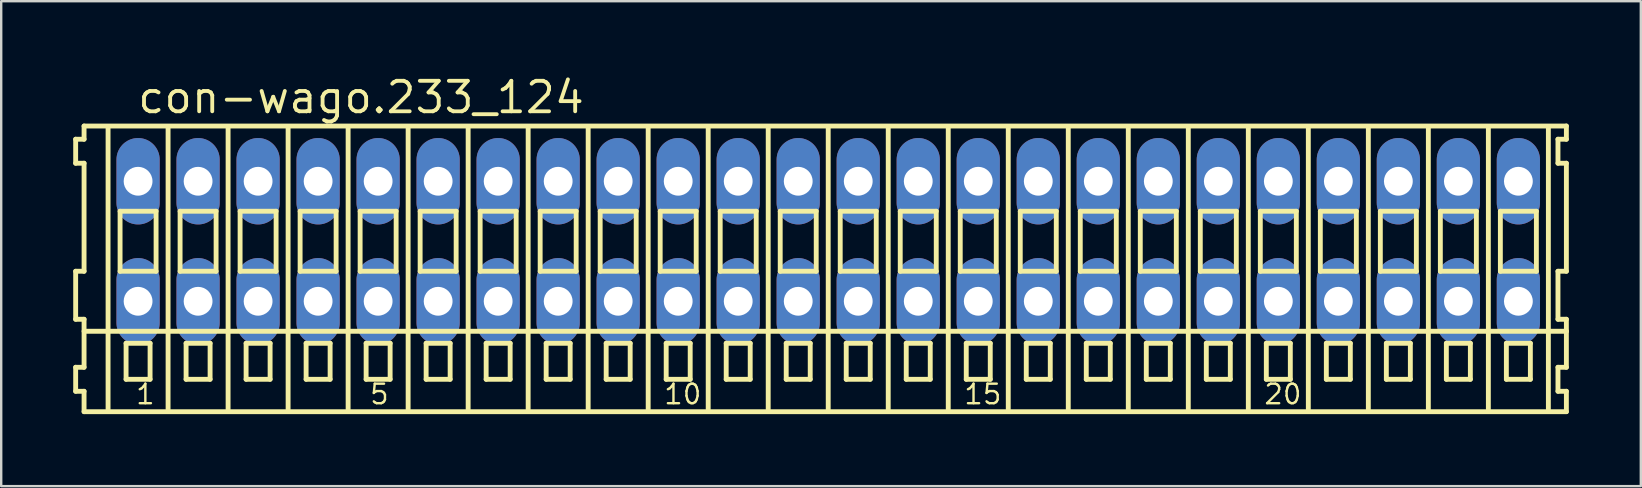
<source format=kicad_pcb>
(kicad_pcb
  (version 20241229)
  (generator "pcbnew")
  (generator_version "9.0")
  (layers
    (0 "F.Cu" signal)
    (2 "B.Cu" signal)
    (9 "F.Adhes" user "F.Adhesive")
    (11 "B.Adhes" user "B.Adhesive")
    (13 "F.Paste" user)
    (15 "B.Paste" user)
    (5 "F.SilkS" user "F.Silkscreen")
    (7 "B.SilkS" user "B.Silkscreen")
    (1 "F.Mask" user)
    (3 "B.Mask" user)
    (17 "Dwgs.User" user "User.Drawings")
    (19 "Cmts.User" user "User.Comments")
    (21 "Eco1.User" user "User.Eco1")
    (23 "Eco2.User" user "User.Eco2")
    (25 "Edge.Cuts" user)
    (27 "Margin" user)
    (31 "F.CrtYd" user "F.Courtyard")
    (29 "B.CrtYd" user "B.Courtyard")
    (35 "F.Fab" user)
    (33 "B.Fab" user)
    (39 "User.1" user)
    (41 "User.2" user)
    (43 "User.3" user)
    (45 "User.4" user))
  (footprint "con-wago.233_124"
    (layer "F.Cu")
    (at 31.452 7)
    (property "Reference" "con-wago.233_124" (at -28.85 -5.25 0) (layer "F.SilkS") (effects (font (size 1.27 1.27) (thickness 0.16)) (justify left bottom)))
    (attr through_hole)
    (fp_line (start -31.35 -4.25) (end -31.35 -3.25) (stroke (width 0.203) (type default)) (layer "F.SilkS"))
    (fp_line (start -31.35 -3.25) (end -31 -3.25) (stroke (width 0.203) (type default)) (layer "F.SilkS"))
    (fp_line (start -31.35 1.25) (end -31.35 3.25) (stroke (width 0.203) (type default)) (layer "F.SilkS"))
    (fp_line (start -31.35 3.25) (end -31 3.25) (stroke (width 0.203) (type default)) (layer "F.SilkS"))
    (fp_line (start -31.35 5.25) (end -31.35 6.25) (stroke (width 0.203) (type default)) (layer "F.SilkS"))
    (fp_line (start -31.35 6.25) (end -31 6.25) (stroke (width 0.203) (type default)) (layer "F.SilkS"))
    (fp_line (start -31 -4.8) (end -31 -4.25) (stroke (width 0.203) (type default)) (layer "F.SilkS"))
    (fp_line (start -31 -4.25) (end -31.35 -4.25) (stroke (width 0.203) (type default)) (layer "F.SilkS"))
    (fp_line (start -31 -3.25) (end -31 1.25) (stroke (width 0.203) (type default)) (layer "F.SilkS"))
    (fp_line (start -31 1.25) (end -31.35 1.25) (stroke (width 0.203) (type default)) (layer "F.SilkS"))
    (fp_line (start -31 3.25) (end -31 5.25) (stroke (width 0.203) (type default)) (layer "F.SilkS"))
    (fp_line (start -31 3.75) (end 30.75 3.75) (stroke (width 0.203) (type default)) (layer "F.SilkS"))
    (fp_line (start -31 5.25) (end -31.35 5.25) (stroke (width 0.203) (type default)) (layer "F.SilkS"))
    (fp_line (start -31 6.25) (end -31 7.1) (stroke (width 0.203) (type default)) (layer "F.SilkS"))
    (fp_line (start -31 7.1) (end 30.75 7.1) (stroke (width 0.203) (type default)) (layer "F.SilkS"))
    (fp_line (start -30 -4.75) (end -30 7) (stroke (width 0.203) (type default)) (layer "F.SilkS"))
    (fp_line (start -29.5 -1.25) (end -29.5 1.25) (stroke (width 0.203) (type default)) (layer "F.SilkS"))
    (fp_line (start -29.5 1.25) (end -28 1.25) (stroke (width 0.203) (type default)) (layer "F.SilkS"))
    (fp_line (start -29.25 4.25) (end -29.25 5.75) (stroke (width 0.203) (type default)) (layer "F.SilkS"))
    (fp_line (start -29.25 5.75) (end -28.25 5.75) (stroke (width 0.203) (type default)) (layer "F.SilkS"))
    (fp_line (start -28.25 4.25) (end -29.25 4.25) (stroke (width 0.203) (type default)) (layer "F.SilkS"))
    (fp_line (start -28.25 5.75) (end -28.25 4.25) (stroke (width 0.203) (type default)) (layer "F.SilkS"))
    (fp_line (start -28 -1.25) (end -29.5 -1.25) (stroke (width 0.203) (type default)) (layer "F.SilkS"))
    (fp_line (start -28 1.25) (end -28 -1.25) (stroke (width 0.203) (type default)) (layer "F.SilkS"))
    (fp_line (start -27.5 -4.75) (end -27.5 7) (stroke (width 0.203) (type default)) (layer "F.SilkS"))
    (fp_line (start -27 -1.25) (end -27 1.25) (stroke (width 0.203) (type default)) (layer "F.SilkS"))
    (fp_line (start -27 1.25) (end -25.5 1.25) (stroke (width 0.203) (type default)) (layer "F.SilkS"))
    (fp_line (start -26.75 4.25) (end -26.75 5.75) (stroke (width 0.203) (type default)) (layer "F.SilkS"))
    (fp_line (start -26.75 5.75) (end -25.75 5.75) (stroke (width 0.203) (type default)) (layer "F.SilkS"))
    (fp_line (start -25.75 4.25) (end -26.75 4.25) (stroke (width 0.203) (type default)) (layer "F.SilkS"))
    (fp_line (start -25.75 5.75) (end -25.75 4.25) (stroke (width 0.203) (type default)) (layer "F.SilkS"))
    (fp_line (start -25.5 -1.25) (end -27 -1.25) (stroke (width 0.203) (type default)) (layer "F.SilkS"))
    (fp_line (start -25.5 1.25) (end -25.5 -1.25) (stroke (width 0.203) (type default)) (layer "F.SilkS"))
    (fp_line (start -25 -4.75) (end -25 7) (stroke (width 0.203) (type default)) (layer "F.SilkS"))
    (fp_line (start -24.5 -1.25) (end -24.5 1.25) (stroke (width 0.203) (type default)) (layer "F.SilkS"))
    (fp_line (start -24.5 1.25) (end -23 1.25) (stroke (width 0.203) (type default)) (layer "F.SilkS"))
    (fp_line (start -24.25 4.25) (end -24.25 5.75) (stroke (width 0.203) (type default)) (layer "F.SilkS"))
    (fp_line (start -24.25 5.75) (end -23.25 5.75) (stroke (width 0.203) (type default)) (layer "F.SilkS"))
    (fp_line (start -23.25 4.25) (end -24.25 4.25) (stroke (width 0.203) (type default)) (layer "F.SilkS"))
    (fp_line (start -23.25 5.75) (end -23.25 4.25) (stroke (width 0.203) (type default)) (layer "F.SilkS"))
    (fp_line (start -23 -1.25) (end -24.5 -1.25) (stroke (width 0.203) (type default)) (layer "F.SilkS"))
    (fp_line (start -23 1.25) (end -23 -1.25) (stroke (width 0.203) (type default)) (layer "F.SilkS"))
    (fp_line (start -22.5 -4.75) (end -22.5 7) (stroke (width 0.203) (type default)) (layer "F.SilkS"))
    (fp_line (start -22 -1.25) (end -22 1.25) (stroke (width 0.203) (type default)) (layer "F.SilkS"))
    (fp_line (start -22 1.25) (end -20.5 1.25) (stroke (width 0.203) (type default)) (layer "F.SilkS"))
    (fp_line (start -21.75 4.25) (end -21.75 5.75) (stroke (width 0.203) (type default)) (layer "F.SilkS"))
    (fp_line (start -21.75 5.75) (end -20.75 5.75) (stroke (width 0.203) (type default)) (layer "F.SilkS"))
    (fp_line (start -20.75 4.25) (end -21.75 4.25) (stroke (width 0.203) (type default)) (layer "F.SilkS"))
    (fp_line (start -20.75 5.75) (end -20.75 4.25) (stroke (width 0.203) (type default)) (layer "F.SilkS"))
    (fp_line (start -20.5 -1.25) (end -22 -1.25) (stroke (width 0.203) (type default)) (layer "F.SilkS"))
    (fp_line (start -20.5 1.25) (end -20.5 -1.25) (stroke (width 0.203) (type default)) (layer "F.SilkS"))
    (fp_line (start -20 -4.75) (end -20 7) (stroke (width 0.203) (type default)) (layer "F.SilkS"))
    (fp_line (start -19.5 -1.25) (end -19.5 1.25) (stroke (width 0.203) (type default)) (layer "F.SilkS"))
    (fp_line (start -19.5 1.25) (end -18 1.25) (stroke (width 0.203) (type default)) (layer "F.SilkS"))
    (fp_line (start -19.25 4.25) (end -19.25 5.75) (stroke (width 0.203) (type default)) (layer "F.SilkS"))
    (fp_line (start -19.25 5.75) (end -18.25 5.75) (stroke (width 0.203) (type default)) (layer "F.SilkS"))
    (fp_line (start -18.25 4.25) (end -19.25 4.25) (stroke (width 0.203) (type default)) (layer "F.SilkS"))
    (fp_line (start -18.25 5.75) (end -18.25 4.25) (stroke (width 0.203) (type default)) (layer "F.SilkS"))
    (fp_line (start -18 -1.25) (end -19.5 -1.25) (stroke (width 0.203) (type default)) (layer "F.SilkS"))
    (fp_line (start -18 1.25) (end -18 -1.25) (stroke (width 0.203) (type default)) (layer "F.SilkS"))
    (fp_line (start -17.5 -4.75) (end -17.5 7) (stroke (width 0.203) (type default)) (layer "F.SilkS"))
    (fp_line (start -17 -1.25) (end -17 1.25) (stroke (width 0.203) (type default)) (layer "F.SilkS"))
    (fp_line (start -17 1.25) (end -15.5 1.25) (stroke (width 0.203) (type default)) (layer "F.SilkS"))
    (fp_line (start -16.75 4.25) (end -16.75 5.75) (stroke (width 0.203) (type default)) (layer "F.SilkS"))
    (fp_line (start -16.75 5.75) (end -15.75 5.75) (stroke (width 0.203) (type default)) (layer "F.SilkS"))
    (fp_line (start -15.75 4.25) (end -16.75 4.25) (stroke (width 0.203) (type default)) (layer "F.SilkS"))
    (fp_line (start -15.75 5.75) (end -15.75 4.25) (stroke (width 0.203) (type default)) (layer "F.SilkS"))
    (fp_line (start -15.5 -1.25) (end -17 -1.25) (stroke (width 0.203) (type default)) (layer "F.SilkS"))
    (fp_line (start -15.5 1.25) (end -15.5 -1.25) (stroke (width 0.203) (type default)) (layer "F.SilkS"))
    (fp_line (start -15 -4.75) (end -15 7) (stroke (width 0.203) (type default)) (layer "F.SilkS"))
    (fp_line (start -14.5 -1.25) (end -14.5 1.25) (stroke (width 0.203) (type default)) (layer "F.SilkS"))
    (fp_line (start -14.5 1.25) (end -13 1.25) (stroke (width 0.203) (type default)) (layer "F.SilkS"))
    (fp_line (start -14.25 4.25) (end -14.25 5.75) (stroke (width 0.203) (type default)) (layer "F.SilkS"))
    (fp_line (start -14.25 5.75) (end -13.25 5.75) (stroke (width 0.203) (type default)) (layer "F.SilkS"))
    (fp_line (start -13.25 4.25) (end -14.25 4.25) (stroke (width 0.203) (type default)) (layer "F.SilkS"))
    (fp_line (start -13.25 5.75) (end -13.25 4.25) (stroke (width 0.203) (type default)) (layer "F.SilkS"))
    (fp_line (start -13 -1.25) (end -14.5 -1.25) (stroke (width 0.203) (type default)) (layer "F.SilkS"))
    (fp_line (start -13 1.25) (end -13 -1.25) (stroke (width 0.203) (type default)) (layer "F.SilkS"))
    (fp_line (start -12.5 -4.75) (end -12.5 7) (stroke (width 0.203) (type default)) (layer "F.SilkS"))
    (fp_line (start -12 -1.25) (end -12 1.25) (stroke (width 0.203) (type default)) (layer "F.SilkS"))
    (fp_line (start -12 1.25) (end -10.5 1.25) (stroke (width 0.203) (type default)) (layer "F.SilkS"))
    (fp_line (start -11.75 4.25) (end -11.75 5.75) (stroke (width 0.203) (type default)) (layer "F.SilkS"))
    (fp_line (start -11.75 5.75) (end -10.75 5.75) (stroke (width 0.203) (type default)) (layer "F.SilkS"))
    (fp_line (start -10.75 4.25) (end -11.75 4.25) (stroke (width 0.203) (type default)) (layer "F.SilkS"))
    (fp_line (start -10.75 5.75) (end -10.75 4.25) (stroke (width 0.203) (type default)) (layer "F.SilkS"))
    (fp_line (start -10.5 -1.25) (end -12 -1.25) (stroke (width 0.203) (type default)) (layer "F.SilkS"))
    (fp_line (start -10.5 1.25) (end -10.5 -1.25) (stroke (width 0.203) (type default)) (layer "F.SilkS"))
    (fp_line (start -10 -4.75) (end -10 7) (stroke (width 0.203) (type default)) (layer "F.SilkS"))
    (fp_line (start -9.5 -1.25) (end -9.5 1.25) (stroke (width 0.203) (type default)) (layer "F.SilkS"))
    (fp_line (start -9.5 1.25) (end -8 1.25) (stroke (width 0.203) (type default)) (layer "F.SilkS"))
    (fp_line (start -9.25 4.25) (end -9.25 5.75) (stroke (width 0.203) (type default)) (layer "F.SilkS"))
    (fp_line (start -9.25 5.75) (end -8.25 5.75) (stroke (width 0.203) (type default)) (layer "F.SilkS"))
    (fp_line (start -8.25 4.25) (end -9.25 4.25) (stroke (width 0.203) (type default)) (layer "F.SilkS"))
    (fp_line (start -8.25 5.75) (end -8.25 4.25) (stroke (width 0.203) (type default)) (layer "F.SilkS"))
    (fp_line (start -8 -1.25) (end -9.5 -1.25) (stroke (width 0.203) (type default)) (layer "F.SilkS"))
    (fp_line (start -8 1.25) (end -8 -1.25) (stroke (width 0.203) (type default)) (layer "F.SilkS"))
    (fp_line (start -7.5 -4.75) (end -7.5 7) (stroke (width 0.203) (type default)) (layer "F.SilkS"))
    (fp_line (start -7 -1.25) (end -7 1.25) (stroke (width 0.203) (type default)) (layer "F.SilkS"))
    (fp_line (start -7 1.25) (end -5.5 1.25) (stroke (width 0.203) (type default)) (layer "F.SilkS"))
    (fp_line (start -6.75 4.25) (end -6.75 5.75) (stroke (width 0.203) (type default)) (layer "F.SilkS"))
    (fp_line (start -6.75 5.75) (end -5.75 5.75) (stroke (width 0.203) (type default)) (layer "F.SilkS"))
    (fp_line (start -5.75 4.25) (end -6.75 4.25) (stroke (width 0.203) (type default)) (layer "F.SilkS"))
    (fp_line (start -5.75 5.75) (end -5.75 4.25) (stroke (width 0.203) (type default)) (layer "F.SilkS"))
    (fp_line (start -5.5 -1.25) (end -7 -1.25) (stroke (width 0.203) (type default)) (layer "F.SilkS"))
    (fp_line (start -5.5 1.25) (end -5.5 -1.25) (stroke (width 0.203) (type default)) (layer "F.SilkS"))
    (fp_line (start -5 -4.75) (end -5 7) (stroke (width 0.203) (type default)) (layer "F.SilkS"))
    (fp_line (start -4.5 -1.25) (end -4.5 1.25) (stroke (width 0.203) (type default)) (layer "F.SilkS"))
    (fp_line (start -4.5 1.25) (end -3 1.25) (stroke (width 0.203) (type default)) (layer "F.SilkS"))
    (fp_line (start -4.25 4.25) (end -4.25 5.75) (stroke (width 0.203) (type default)) (layer "F.SilkS"))
    (fp_line (start -4.25 5.75) (end -3.25 5.75) (stroke (width 0.203) (type default)) (layer "F.SilkS"))
    (fp_line (start -3.25 4.25) (end -4.25 4.25) (stroke (width 0.203) (type default)) (layer "F.SilkS"))
    (fp_line (start -3.25 5.75) (end -3.25 4.25) (stroke (width 0.203) (type default)) (layer "F.SilkS"))
    (fp_line (start -3 -1.25) (end -4.5 -1.25) (stroke (width 0.203) (type default)) (layer "F.SilkS"))
    (fp_line (start -3 1.25) (end -3 -1.25) (stroke (width 0.203) (type default)) (layer "F.SilkS"))
    (fp_line (start -2.5 -4.75) (end -2.5 7) (stroke (width 0.203) (type default)) (layer "F.SilkS"))
    (fp_line (start -2 -1.25) (end -2 1.25) (stroke (width 0.203) (type default)) (layer "F.SilkS"))
    (fp_line (start -2 1.25) (end -0.5 1.25) (stroke (width 0.203) (type default)) (layer "F.SilkS"))
    (fp_line (start -1.75 4.25) (end -1.75 5.75) (stroke (width 0.203) (type default)) (layer "F.SilkS"))
    (fp_line (start -1.75 5.75) (end -0.75 5.75) (stroke (width 0.203) (type default)) (layer "F.SilkS"))
    (fp_line (start -0.75 4.25) (end -1.75 4.25) (stroke (width 0.203) (type default)) (layer "F.SilkS"))
    (fp_line (start -0.75 5.75) (end -0.75 4.25) (stroke (width 0.203) (type default)) (layer "F.SilkS"))
    (fp_line (start -0.5 -1.25) (end -2 -1.25) (stroke (width 0.203) (type default)) (layer "F.SilkS"))
    (fp_line (start -0.5 1.25) (end -0.5 -1.25) (stroke (width 0.203) (type default)) (layer "F.SilkS"))
    (fp_line (start 0 -4.75) (end 0 7) (stroke (width 0.203) (type default)) (layer "F.SilkS"))
    (fp_line (start 0.5 -1.25) (end 0.5 1.25) (stroke (width 0.203) (type default)) (layer "F.SilkS"))
    (fp_line (start 0.5 1.25) (end 2 1.25) (stroke (width 0.203) (type default)) (layer "F.SilkS"))
    (fp_line (start 0.75 4.25) (end 0.75 5.75) (stroke (width 0.203) (type default)) (layer "F.SilkS"))
    (fp_line (start 0.75 5.75) (end 1.75 5.75) (stroke (width 0.203) (type default)) (layer "F.SilkS"))
    (fp_line (start 1.75 4.25) (end 0.75 4.25) (stroke (width 0.203) (type default)) (layer "F.SilkS"))
    (fp_line (start 1.75 5.75) (end 1.75 4.25) (stroke (width 0.203) (type default)) (layer "F.SilkS"))
    (fp_line (start 2 -1.25) (end 0.5 -1.25) (stroke (width 0.203) (type default)) (layer "F.SilkS"))
    (fp_line (start 2 1.25) (end 2 -1.25) (stroke (width 0.203) (type default)) (layer "F.SilkS"))
    (fp_line (start 2.5 -4.75) (end 2.5 7) (stroke (width 0.203) (type default)) (layer "F.SilkS"))
    (fp_line (start 3 -1.25) (end 3 1.25) (stroke (width 0.203) (type default)) (layer "F.SilkS"))
    (fp_line (start 3 1.25) (end 4.5 1.25) (stroke (width 0.203) (type default)) (layer "F.SilkS"))
    (fp_line (start 3.25 4.25) (end 3.25 5.75) (stroke (width 0.203) (type default)) (layer "F.SilkS"))
    (fp_line (start 3.25 5.75) (end 4.25 5.75) (stroke (width 0.203) (type default)) (layer "F.SilkS"))
    (fp_line (start 4.25 4.25) (end 3.25 4.25) (stroke (width 0.203) (type default)) (layer "F.SilkS"))
    (fp_line (start 4.25 5.75) (end 4.25 4.25) (stroke (width 0.203) (type default)) (layer "F.SilkS"))
    (fp_line (start 4.5 -1.25) (end 3 -1.25) (stroke (width 0.203) (type default)) (layer "F.SilkS"))
    (fp_line (start 4.5 1.25) (end 4.5 -1.25) (stroke (width 0.203) (type default)) (layer "F.SilkS"))
    (fp_line (start 5 -4.75) (end 5 7) (stroke (width 0.203) (type default)) (layer "F.SilkS"))
    (fp_line (start 5.5 -1.25) (end 5.5 1.25) (stroke (width 0.203) (type default)) (layer "F.SilkS"))
    (fp_line (start 5.5 1.25) (end 7 1.25) (stroke (width 0.203) (type default)) (layer "F.SilkS"))
    (fp_line (start 5.75 4.25) (end 5.75 5.75) (stroke (width 0.203) (type default)) (layer "F.SilkS"))
    (fp_line (start 5.75 5.75) (end 6.75 5.75) (stroke (width 0.203) (type default)) (layer "F.SilkS"))
    (fp_line (start 6.75 4.25) (end 5.75 4.25) (stroke (width 0.203) (type default)) (layer "F.SilkS"))
    (fp_line (start 6.75 5.75) (end 6.75 4.25) (stroke (width 0.203) (type default)) (layer "F.SilkS"))
    (fp_line (start 7 -1.25) (end 5.5 -1.25) (stroke (width 0.203) (type default)) (layer "F.SilkS"))
    (fp_line (start 7 1.25) (end 7 -1.25) (stroke (width 0.203) (type default)) (layer "F.SilkS"))
    (fp_line (start 7.5 -4.75) (end 7.5 7) (stroke (width 0.203) (type default)) (layer "F.SilkS"))
    (fp_line (start 8 -1.25) (end 8 1.25) (stroke (width 0.203) (type default)) (layer "F.SilkS"))
    (fp_line (start 8 1.25) (end 9.5 1.25) (stroke (width 0.203) (type default)) (layer "F.SilkS"))
    (fp_line (start 8.25 4.25) (end 8.25 5.75) (stroke (width 0.203) (type default)) (layer "F.SilkS"))
    (fp_line (start 8.25 5.75) (end 9.25 5.75) (stroke (width 0.203) (type default)) (layer "F.SilkS"))
    (fp_line (start 9.25 4.25) (end 8.25 4.25) (stroke (width 0.203) (type default)) (layer "F.SilkS"))
    (fp_line (start 9.25 5.75) (end 9.25 4.25) (stroke (width 0.203) (type default)) (layer "F.SilkS"))
    (fp_line (start 9.5 -1.25) (end 8 -1.25) (stroke (width 0.203) (type default)) (layer "F.SilkS"))
    (fp_line (start 9.5 1.25) (end 9.5 -1.25) (stroke (width 0.203) (type default)) (layer "F.SilkS"))
    (fp_line (start 10 -4.75) (end 10 7) (stroke (width 0.203) (type default)) (layer "F.SilkS"))
    (fp_line (start 10.5 -1.25) (end 10.5 1.25) (stroke (width 0.203) (type default)) (layer "F.SilkS"))
    (fp_line (start 10.5 1.25) (end 12 1.25) (stroke (width 0.203) (type default)) (layer "F.SilkS"))
    (fp_line (start 10.75 4.25) (end 10.75 5.75) (stroke (width 0.203) (type default)) (layer "F.SilkS"))
    (fp_line (start 10.75 5.75) (end 11.75 5.75) (stroke (width 0.203) (type default)) (layer "F.SilkS"))
    (fp_line (start 11.75 4.25) (end 10.75 4.25) (stroke (width 0.203) (type default)) (layer "F.SilkS"))
    (fp_line (start 11.75 5.75) (end 11.75 4.25) (stroke (width 0.203) (type default)) (layer "F.SilkS"))
    (fp_line (start 12 -1.25) (end 10.5 -1.25) (stroke (width 0.203) (type default)) (layer "F.SilkS"))
    (fp_line (start 12 1.25) (end 12 -1.25) (stroke (width 0.203) (type default)) (layer "F.SilkS"))
    (fp_line (start 12.5 -4.75) (end 12.5 7) (stroke (width 0.203) (type default)) (layer "F.SilkS"))
    (fp_line (start 13 -1.25) (end 13 1.25) (stroke (width 0.203) (type default)) (layer "F.SilkS"))
    (fp_line (start 13 1.25) (end 14.5 1.25) (stroke (width 0.203) (type default)) (layer "F.SilkS"))
    (fp_line (start 13.25 4.25) (end 13.25 5.75) (stroke (width 0.203) (type default)) (layer "F.SilkS"))
    (fp_line (start 13.25 5.75) (end 14.25 5.75) (stroke (width 0.203) (type default)) (layer "F.SilkS"))
    (fp_line (start 14.25 4.25) (end 13.25 4.25) (stroke (width 0.203) (type default)) (layer "F.SilkS"))
    (fp_line (start 14.25 5.75) (end 14.25 4.25) (stroke (width 0.203) (type default)) (layer "F.SilkS"))
    (fp_line (start 14.5 -1.25) (end 13 -1.25) (stroke (width 0.203) (type default)) (layer "F.SilkS"))
    (fp_line (start 14.5 1.25) (end 14.5 -1.25) (stroke (width 0.203) (type default)) (layer "F.SilkS"))
    (fp_line (start 15 -4.75) (end 15 7) (stroke (width 0.203) (type default)) (layer "F.SilkS"))
    (fp_line (start 15.5 -1.25) (end 15.5 1.25) (stroke (width 0.203) (type default)) (layer "F.SilkS"))
    (fp_line (start 15.5 1.25) (end 17 1.25) (stroke (width 0.203) (type default)) (layer "F.SilkS"))
    (fp_line (start 15.75 4.25) (end 15.75 5.75) (stroke (width 0.203) (type default)) (layer "F.SilkS"))
    (fp_line (start 15.75 5.75) (end 16.75 5.75) (stroke (width 0.203) (type default)) (layer "F.SilkS"))
    (fp_line (start 16.75 4.25) (end 15.75 4.25) (stroke (width 0.203) (type default)) (layer "F.SilkS"))
    (fp_line (start 16.75 5.75) (end 16.75 4.25) (stroke (width 0.203) (type default)) (layer "F.SilkS"))
    (fp_line (start 17 -1.25) (end 15.5 -1.25) (stroke (width 0.203) (type default)) (layer "F.SilkS"))
    (fp_line (start 17 1.25) (end 17 -1.25) (stroke (width 0.203) (type default)) (layer "F.SilkS"))
    (fp_line (start 17.5 -4.75) (end 17.5 7) (stroke (width 0.203) (type default)) (layer "F.SilkS"))
    (fp_line (start 18 -1.25) (end 18 1.25) (stroke (width 0.203) (type default)) (layer "F.SilkS"))
    (fp_line (start 18 1.25) (end 19.5 1.25) (stroke (width 0.203) (type default)) (layer "F.SilkS"))
    (fp_line (start 18.25 4.25) (end 18.25 5.75) (stroke (width 0.203) (type default)) (layer "F.SilkS"))
    (fp_line (start 18.25 5.75) (end 19.25 5.75) (stroke (width 0.203) (type default)) (layer "F.SilkS"))
    (fp_line (start 19.25 4.25) (end 18.25 4.25) (stroke (width 0.203) (type default)) (layer "F.SilkS"))
    (fp_line (start 19.25 5.75) (end 19.25 4.25) (stroke (width 0.203) (type default)) (layer "F.SilkS"))
    (fp_line (start 19.5 -1.25) (end 18 -1.25) (stroke (width 0.203) (type default)) (layer "F.SilkS"))
    (fp_line (start 19.5 1.25) (end 19.5 -1.25) (stroke (width 0.203) (type default)) (layer "F.SilkS"))
    (fp_line (start 20 -4.75) (end 20 7) (stroke (width 0.203) (type default)) (layer "F.SilkS"))
    (fp_line (start 20.5 -1.25) (end 20.5 1.25) (stroke (width 0.203) (type default)) (layer "F.SilkS"))
    (fp_line (start 20.5 1.25) (end 22 1.25) (stroke (width 0.203) (type default)) (layer "F.SilkS"))
    (fp_line (start 20.75 4.25) (end 20.75 5.75) (stroke (width 0.203) (type default)) (layer "F.SilkS"))
    (fp_line (start 20.75 5.75) (end 21.75 5.75) (stroke (width 0.203) (type default)) (layer "F.SilkS"))
    (fp_line (start 21.75 4.25) (end 20.75 4.25) (stroke (width 0.203) (type default)) (layer "F.SilkS"))
    (fp_line (start 21.75 5.75) (end 21.75 4.25) (stroke (width 0.203) (type default)) (layer "F.SilkS"))
    (fp_line (start 22 -1.25) (end 20.5 -1.25) (stroke (width 0.203) (type default)) (layer "F.SilkS"))
    (fp_line (start 22 1.25) (end 22 -1.25) (stroke (width 0.203) (type default)) (layer "F.SilkS"))
    (fp_line (start 22.5 -4.75) (end 22.5 7) (stroke (width 0.203) (type default)) (layer "F.SilkS"))
    (fp_line (start 23 -1.25) (end 23 1.25) (stroke (width 0.203) (type default)) (layer "F.SilkS"))
    (fp_line (start 23 1.25) (end 24.5 1.25) (stroke (width 0.203) (type default)) (layer "F.SilkS"))
    (fp_line (start 23.25 4.25) (end 23.25 5.75) (stroke (width 0.203) (type default)) (layer "F.SilkS"))
    (fp_line (start 23.25 5.75) (end 24.25 5.75) (stroke (width 0.203) (type default)) (layer "F.SilkS"))
    (fp_line (start 24.25 4.25) (end 23.25 4.25) (stroke (width 0.203) (type default)) (layer "F.SilkS"))
    (fp_line (start 24.25 5.75) (end 24.25 4.25) (stroke (width 0.203) (type default)) (layer "F.SilkS"))
    (fp_line (start 24.5 -1.25) (end 23 -1.25) (stroke (width 0.203) (type default)) (layer "F.SilkS"))
    (fp_line (start 24.5 1.25) (end 24.5 -1.25) (stroke (width 0.203) (type default)) (layer "F.SilkS"))
    (fp_line (start 25 -4.75) (end 25 7) (stroke (width 0.203) (type default)) (layer "F.SilkS"))
    (fp_line (start 25.5 -1.25) (end 25.5 1.25) (stroke (width 0.203) (type default)) (layer "F.SilkS"))
    (fp_line (start 25.5 1.25) (end 27 1.25) (stroke (width 0.203) (type default)) (layer "F.SilkS"))
    (fp_line (start 25.75 4.25) (end 25.75 5.75) (stroke (width 0.203) (type default)) (layer "F.SilkS"))
    (fp_line (start 25.75 5.75) (end 26.75 5.75) (stroke (width 0.203) (type default)) (layer "F.SilkS"))
    (fp_line (start 26.75 4.25) (end 25.75 4.25) (stroke (width 0.203) (type default)) (layer "F.SilkS"))
    (fp_line (start 26.75 5.75) (end 26.75 4.25) (stroke (width 0.203) (type default)) (layer "F.SilkS"))
    (fp_line (start 27 -1.25) (end 25.5 -1.25) (stroke (width 0.203) (type default)) (layer "F.SilkS"))
    (fp_line (start 27 1.25) (end 27 -1.25) (stroke (width 0.203) (type default)) (layer "F.SilkS"))
    (fp_line (start 27.5 -4.75) (end 27.5 7) (stroke (width 0.203) (type default)) (layer "F.SilkS"))
    (fp_line (start 28 -1.25) (end 28 1.25) (stroke (width 0.203) (type default)) (layer "F.SilkS"))
    (fp_line (start 28 1.25) (end 29.5 1.25) (stroke (width 0.203) (type default)) (layer "F.SilkS"))
    (fp_line (start 28.25 4.25) (end 28.25 5.75) (stroke (width 0.203) (type default)) (layer "F.SilkS"))
    (fp_line (start 28.25 5.75) (end 29.25 5.75) (stroke (width 0.203) (type default)) (layer "F.SilkS"))
    (fp_line (start 29.25 4.25) (end 28.25 4.25) (stroke (width 0.203) (type default)) (layer "F.SilkS"))
    (fp_line (start 29.25 5.75) (end 29.25 4.25) (stroke (width 0.203) (type default)) (layer "F.SilkS"))
    (fp_line (start 29.5 -1.25) (end 28 -1.25) (stroke (width 0.203) (type default)) (layer "F.SilkS"))
    (fp_line (start 29.5 1.25) (end 29.5 -1.25) (stroke (width 0.203) (type default)) (layer "F.SilkS"))
    (fp_line (start 30 -4.75) (end 30 7) (stroke (width 0.203) (type default)) (layer "F.SilkS"))
    (fp_line (start 30.4 -4.25) (end 30.4 -3.25) (stroke (width 0.203) (type default)) (layer "F.SilkS"))
    (fp_line (start 30.4 -3.25) (end 30.75 -3.25) (stroke (width 0.203) (type default)) (layer "F.SilkS"))
    (fp_line (start 30.4 1.25) (end 30.4 3.25) (stroke (width 0.203) (type default)) (layer "F.SilkS"))
    (fp_line (start 30.4 3.25) (end 30.75 3.25) (stroke (width 0.203) (type default)) (layer "F.SilkS"))
    (fp_line (start 30.4 5.25) (end 30.4 6.25) (stroke (width 0.203) (type default)) (layer "F.SilkS"))
    (fp_line (start 30.4 6.25) (end 30.75 6.25) (stroke (width 0.203) (type default)) (layer "F.SilkS"))
    (fp_line (start 30.75 -4.8) (end -31 -4.8) (stroke (width 0.203) (type default)) (layer "F.SilkS"))
    (fp_line (start 30.75 -4.25) (end 30.4 -4.25) (stroke (width 0.203) (type default)) (layer "F.SilkS"))
    (fp_line (start 30.75 -4.25) (end 30.75 -4.8) (stroke (width 0.203) (type default)) (layer "F.SilkS"))
    (fp_line (start 30.75 1.25) (end 30.4 1.25) (stroke (width 0.203) (type default)) (layer "F.SilkS"))
    (fp_line (start 30.75 1.25) (end 30.75 -3.25) (stroke (width 0.203) (type default)) (layer "F.SilkS"))
    (fp_line (start 30.75 3.75) (end 30.75 3.25) (stroke (width 0.203) (type default)) (layer "F.SilkS"))
    (fp_line (start 30.75 5.25) (end 30.4 5.25) (stroke (width 0.203) (type default)) (layer "F.SilkS"))
    (fp_line (start 30.75 5.25) (end 30.75 3.75) (stroke (width 0.203) (type default)) (layer "F.SilkS"))
    (fp_line (start 30.75 7.1) (end 30.75 6.25) (stroke (width 0.203) (type default)) (layer "F.SilkS"))
    (fp_text user "10" (at -6.9 6.85 0) (layer "F.SilkS") (effects (font (size 0.813 0.813) (thickness 0.1)) (justify left bottom)))
    (fp_text user "20" (at 18.1 6.85 0) (layer "F.SilkS") (effects (font (size 0.813 0.813) (thickness 0.1)) (justify left bottom)))
    (fp_text user "15" (at 5.6 6.85 0) (layer "F.SilkS") (effects (font (size 0.813 0.813) (thickness 0.1)) (justify left bottom)))
    (fp_text user "5" (at -19.15 6.85 0) (layer "F.SilkS") (effects (font (size 0.813 0.813) (thickness 0.1)) (justify left bottom)))
    (fp_text user "1" (at -28.9 6.85 0) (layer "F.SilkS") (effects (font (size 0.813 0.813) (thickness 0.1)) (justify left bottom)))
    (pad "A1" thru_hole oval (at -28.75 -2.5 90) (size 3.6 1.8) (drill 1.2) (layers "*.Cu" "*.Mask"))
    (pad "A2" thru_hole oval (at -26.25 -2.5 90) (size 3.6 1.8) (drill 1.2) (layers "*.Cu" "*.Mask"))
    (pad "A3" thru_hole oval (at -23.75 -2.5 90) (size 3.6 1.8) (drill 1.2) (layers "*.Cu" "*.Mask"))
    (pad "A4" thru_hole oval (at -21.25 -2.5 90) (size 3.6 1.8) (drill 1.2) (layers "*.Cu" "*.Mask"))
    (pad "A5" thru_hole oval (at -18.75 -2.5 90) (size 3.6 1.8) (drill 1.2) (layers "*.Cu" "*.Mask"))
    (pad "A6" thru_hole oval (at -16.25 -2.5 90) (size 3.6 1.8) (drill 1.2) (layers "*.Cu" "*.Mask"))
    (pad "A7" thru_hole oval (at -13.75 -2.5 90) (size 3.6 1.8) (drill 1.2) (layers "*.Cu" "*.Mask"))
    (pad "A8" thru_hole oval (at -11.25 -2.5 90) (size 3.6 1.8) (drill 1.2) (layers "*.Cu" "*.Mask"))
    (pad "A9" thru_hole oval (at -8.75 -2.5 90) (size 3.6 1.8) (drill 1.2) (layers "*.Cu" "*.Mask"))
    (pad "A10" thru_hole oval (at -6.25 -2.5 90) (size 3.6 1.8) (drill 1.2) (layers "*.Cu" "*.Mask"))
    (pad "A11" thru_hole oval (at -3.75 -2.5 90) (size 3.6 1.8) (drill 1.2) (layers "*.Cu" "*.Mask"))
    (pad "A12" thru_hole oval (at -1.25 -2.5 90) (size 3.6 1.8) (drill 1.2) (layers "*.Cu" "*.Mask"))
    (pad "A13" thru_hole oval (at 1.25 -2.5 90) (size 3.6 1.8) (drill 1.2) (layers "*.Cu" "*.Mask"))
    (pad "A14" thru_hole oval (at 3.75 -2.5 90) (size 3.6 1.8) (drill 1.2) (layers "*.Cu" "*.Mask"))
    (pad "A15" thru_hole oval (at 6.25 -2.5 90) (size 3.6 1.8) (drill 1.2) (layers "*.Cu" "*.Mask"))
    (pad "A16" thru_hole oval (at 8.75 -2.5 90) (size 3.6 1.8) (drill 1.2) (layers "*.Cu" "*.Mask"))
    (pad "A17" thru_hole oval (at 11.25 -2.5 90) (size 3.6 1.8) (drill 1.2) (layers "*.Cu" "*.Mask"))
    (pad "A18" thru_hole oval (at 13.75 -2.5 90) (size 3.6 1.8) (drill 1.2) (layers "*.Cu" "*.Mask"))
    (pad "A19" thru_hole oval (at 16.25 -2.5 90) (size 3.6 1.8) (drill 1.2) (layers "*.Cu" "*.Mask"))
    (pad "A20" thru_hole oval (at 18.75 -2.5 90) (size 3.6 1.8) (drill 1.2) (layers "*.Cu" "*.Mask"))
    (pad "A21" thru_hole oval (at 21.25 -2.5 90) (size 3.6 1.8) (drill 1.2) (layers "*.Cu" "*.Mask"))
    (pad "A22" thru_hole oval (at 23.75 -2.5 90) (size 3.6 1.8) (drill 1.2) (layers "*.Cu" "*.Mask"))
    (pad "A23" thru_hole oval (at 26.25 -2.5 90) (size 3.6 1.8) (drill 1.2) (layers "*.Cu" "*.Mask"))
    (pad "A24" thru_hole oval (at 28.75 -2.5 90) (size 3.6 1.8) (drill 1.2) (layers "*.Cu" "*.Mask"))
    (pad "B1" thru_hole oval (at -28.75 2.5 90) (size 3.6 1.8) (drill 1.2) (layers "*.Cu" "*.Mask"))
    (pad "B2" thru_hole oval (at -26.25 2.5 90) (size 3.6 1.8) (drill 1.2) (layers "*.Cu" "*.Mask"))
    (pad "B3" thru_hole oval (at -23.75 2.5 90) (size 3.6 1.8) (drill 1.2) (layers "*.Cu" "*.Mask"))
    (pad "B4" thru_hole oval (at -21.25 2.5 90) (size 3.6 1.8) (drill 1.2) (layers "*.Cu" "*.Mask"))
    (pad "B5" thru_hole oval (at -18.75 2.5 90) (size 3.6 1.8) (drill 1.2) (layers "*.Cu" "*.Mask"))
    (pad "B6" thru_hole oval (at -16.25 2.5 90) (size 3.6 1.8) (drill 1.2) (layers "*.Cu" "*.Mask"))
    (pad "B7" thru_hole oval (at -13.75 2.5 90) (size 3.6 1.8) (drill 1.2) (layers "*.Cu" "*.Mask"))
    (pad "B8" thru_hole oval (at -11.25 2.5 90) (size 3.6 1.8) (drill 1.2) (layers "*.Cu" "*.Mask"))
    (pad "B9" thru_hole oval (at -8.75 2.5 90) (size 3.6 1.8) (drill 1.2) (layers "*.Cu" "*.Mask"))
    (pad "B10" thru_hole oval (at -6.25 2.5 90) (size 3.6 1.8) (drill 1.2) (layers "*.Cu" "*.Mask"))
    (pad "B11" thru_hole oval (at -3.75 2.5 90) (size 3.6 1.8) (drill 1.2) (layers "*.Cu" "*.Mask"))
    (pad "B12" thru_hole oval (at -1.25 2.5 90) (size 3.6 1.8) (drill 1.2) (layers "*.Cu" "*.Mask"))
    (pad "B13" thru_hole oval (at 1.25 2.5 90) (size 3.6 1.8) (drill 1.2) (layers "*.Cu" "*.Mask"))
    (pad "B14" thru_hole oval (at 3.75 2.5 90) (size 3.6 1.8) (drill 1.2) (layers "*.Cu" "*.Mask"))
    (pad "B15" thru_hole oval (at 6.25 2.5 90) (size 3.6 1.8) (drill 1.2) (layers "*.Cu" "*.Mask"))
    (pad "B16" thru_hole oval (at 8.75 2.5 90) (size 3.6 1.8) (drill 1.2) (layers "*.Cu" "*.Mask"))
    (pad "B17" thru_hole oval (at 11.25 2.5 90) (size 3.6 1.8) (drill 1.2) (layers "*.Cu" "*.Mask"))
    (pad "B18" thru_hole oval (at 13.75 2.5 90) (size 3.6 1.8) (drill 1.2) (layers "*.Cu" "*.Mask"))
    (pad "B19" thru_hole oval (at 16.25 2.5 90) (size 3.6 1.8) (drill 1.2) (layers "*.Cu" "*.Mask"))
    (pad "B20" thru_hole oval (at 18.75 2.5 90) (size 3.6 1.8) (drill 1.2) (layers "*.Cu" "*.Mask"))
    (pad "B21" thru_hole oval (at 21.25 2.5 90) (size 3.6 1.8) (drill 1.2) (layers "*.Cu" "*.Mask"))
    (pad "B22" thru_hole oval (at 23.75 2.5 90) (size 3.6 1.8) (drill 1.2) (layers "*.Cu" "*.Mask"))
    (pad "B23" thru_hole oval (at 26.25 2.5 90) (size 3.6 1.8) (drill 1.2) (layers "*.Cu" "*.Mask"))
    (pad "B24" thru_hole oval (at 28.75 2.5 90) (size 3.6 1.8) (drill 1.2) (layers "*.Cu" "*.Mask")))
  (gr_rect
    (start -3 -3)
    (end 65.303 17.202)
    (stroke (width 0.1) (type default))
    (fill no)
    (layer "Edge.Cuts")))
</source>
